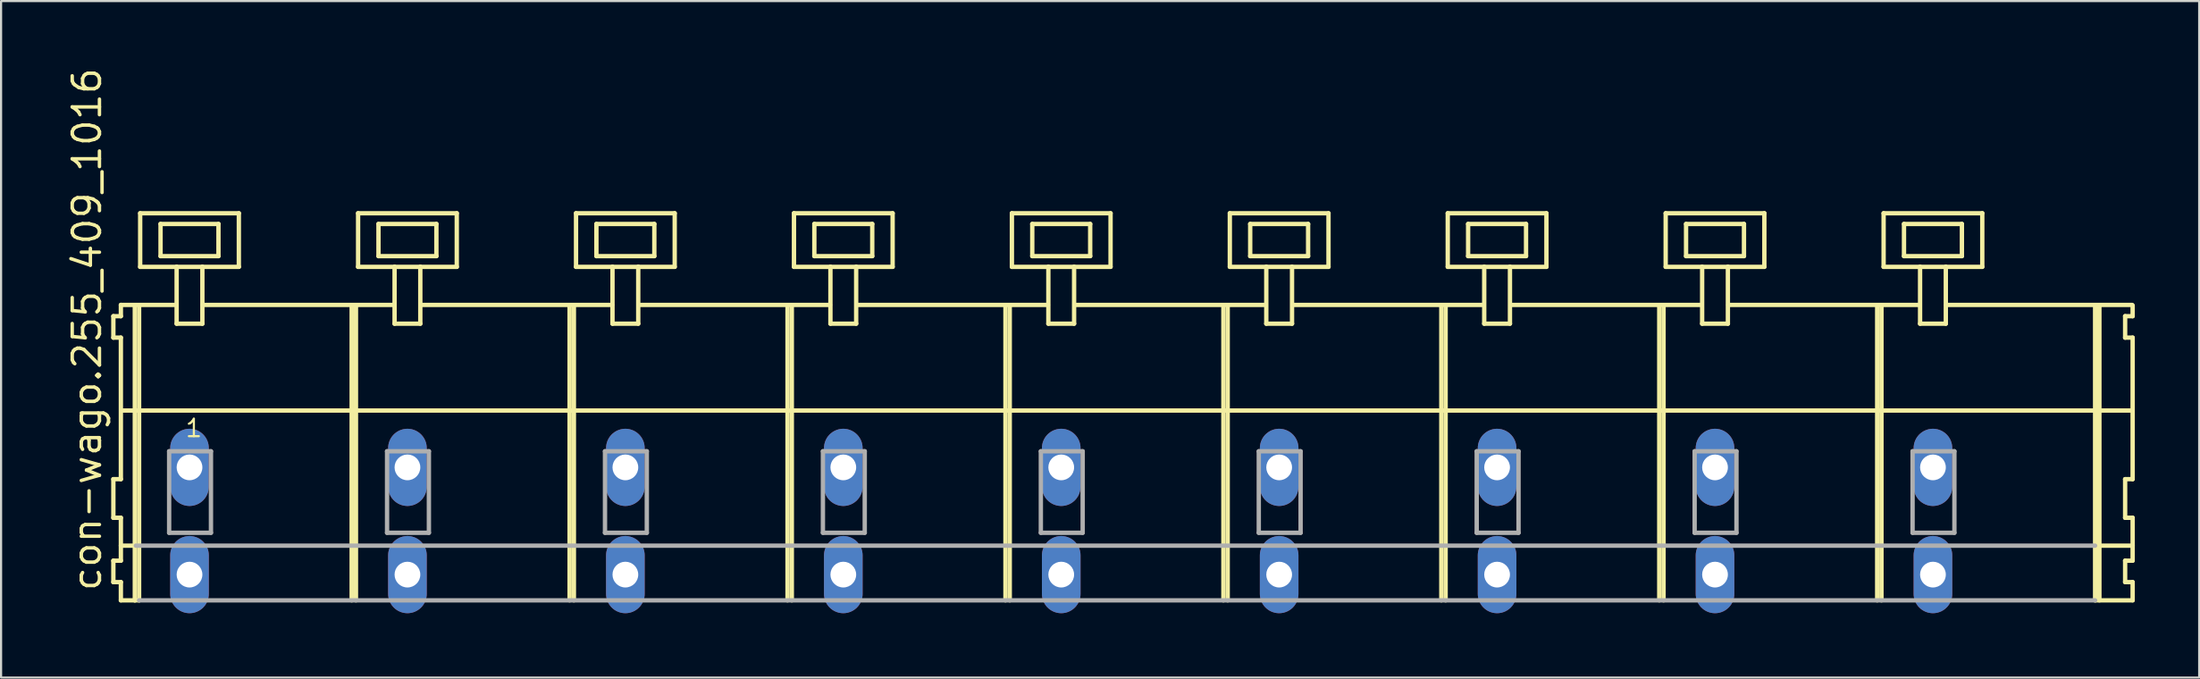
<source format=kicad_pcb>
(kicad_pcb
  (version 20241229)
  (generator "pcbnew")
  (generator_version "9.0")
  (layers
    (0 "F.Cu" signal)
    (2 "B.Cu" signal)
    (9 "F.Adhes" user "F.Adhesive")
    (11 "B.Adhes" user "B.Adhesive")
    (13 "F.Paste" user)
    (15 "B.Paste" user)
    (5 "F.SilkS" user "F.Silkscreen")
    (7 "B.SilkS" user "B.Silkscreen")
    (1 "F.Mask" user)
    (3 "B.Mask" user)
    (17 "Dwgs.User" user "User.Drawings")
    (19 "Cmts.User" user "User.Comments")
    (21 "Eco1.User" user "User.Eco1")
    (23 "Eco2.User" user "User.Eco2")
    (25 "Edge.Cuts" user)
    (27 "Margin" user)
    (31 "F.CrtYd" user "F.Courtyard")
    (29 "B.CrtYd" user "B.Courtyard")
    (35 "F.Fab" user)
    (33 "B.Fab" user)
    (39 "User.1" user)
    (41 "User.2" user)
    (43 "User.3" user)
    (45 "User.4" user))
  (footprint "con-wago.255_409_1016"
    (layer "F.Cu")
    (at 43.885 18.743)
    (property "Reference" "con-wago.255_409_1016" (at -42.135 5.855 90) (layer "F.SilkS") (effects (font (size 1.27 1.27) (thickness 0.16)) (justify left bottom)))
    (attr through_hole)
    (fp_line (start -41.65 -7.05) (end -41.65 -6.05) (stroke (width 0.203) (type default)) (layer "F.SilkS"))
    (fp_line (start -41.65 -6.05) (end -41.3 -6.05) (stroke (width 0.203) (type default)) (layer "F.SilkS"))
    (fp_line (start -41.65 0.55) (end -41.65 2.35) (stroke (width 0.203) (type default)) (layer "F.SilkS"))
    (fp_line (start -41.65 2.35) (end -41.3 2.35) (stroke (width 0.203) (type default)) (layer "F.SilkS"))
    (fp_line (start -41.65 4.35) (end -41.65 5.35) (stroke (width 0.203) (type default)) (layer "F.SilkS"))
    (fp_line (start -41.65 5.35) (end -41.3 5.35) (stroke (width 0.203) (type default)) (layer "F.SilkS"))
    (fp_line (start -41.3 -7.575) (end -41.3 -7.05) (stroke (width 0.203) (type default)) (layer "F.SilkS"))
    (fp_line (start -41.3 -7.575) (end -38.725 -7.575) (stroke (width 0.203) (type default)) (layer "F.SilkS"))
    (fp_line (start -41.3 -7.05) (end -41.65 -7.05) (stroke (width 0.203) (type default)) (layer "F.SilkS"))
    (fp_line (start -41.3 -6.05) (end -41.3 0.55) (stroke (width 0.203) (type default)) (layer "F.SilkS"))
    (fp_line (start -41.3 0.55) (end -41.65 0.55) (stroke (width 0.203) (type default)) (layer "F.SilkS"))
    (fp_line (start -41.3 2.35) (end -41.3 4.35) (stroke (width 0.203) (type default)) (layer "F.SilkS"))
    (fp_line (start -41.3 3.65) (end -40.6 3.65) (stroke (width 0.203) (type default)) (layer "F.SilkS"))
    (fp_line (start -41.3 4.35) (end -41.65 4.35) (stroke (width 0.203) (type default)) (layer "F.SilkS"))
    (fp_line (start -41.3 5.35) (end -41.3 6.2) (stroke (width 0.203) (type default)) (layer "F.SilkS"))
    (fp_line (start -41.3 6.2) (end -40.65 6.2) (stroke (width 0.203) (type default)) (layer "F.SilkS"))
    (fp_line (start -41.25 -2.65) (end 52.44 -2.65) (stroke (width 0.203) (type default)) (layer "F.SilkS"))
    (fp_line (start -40.65 -7.55) (end -40.65 6.2) (stroke (width 0.203) (type default)) (layer "F.SilkS"))
    (fp_line (start -40.65 6.2) (end -40.45 6.2) (stroke (width 0.203) (type default)) (layer "F.SilkS"))
    (fp_line (start -40.45 -7.55) (end -40.45 6.2) (stroke (width 0.203) (type default)) (layer "F.SilkS"))
    (fp_line (start -40.4 -11.85) (end -40.4 -9.35) (stroke (width 0.203) (type default)) (layer "F.SilkS"))
    (fp_line (start -40.4 -9.35) (end -38.7 -9.35) (stroke (width 0.203) (type default)) (layer "F.SilkS"))
    (fp_line (start -39.45 -11.35) (end -39.45 -9.85) (stroke (width 0.203) (type default)) (layer "F.SilkS"))
    (fp_line (start -39.45 -9.85) (end -36.75 -9.85) (stroke (width 0.203) (type default)) (layer "F.SilkS"))
    (fp_line (start -38.7 -9.35) (end -38.7 -6.7) (stroke (width 0.203) (type default)) (layer "F.SilkS"))
    (fp_line (start -38.7 -9.35) (end -37.5 -9.35) (stroke (width 0.203) (type default)) (layer "F.SilkS"))
    (fp_line (start -38.7 -6.7) (end -37.5 -6.7) (stroke (width 0.203) (type default)) (layer "F.SilkS"))
    (fp_line (start -37.5 -9.35) (end -35.8 -9.35) (stroke (width 0.203) (type default)) (layer "F.SilkS"))
    (fp_line (start -37.5 -6.7) (end -37.5 -9.35) (stroke (width 0.203) (type default)) (layer "F.SilkS"))
    (fp_line (start -37.475 -7.575) (end -28.561 -7.575) (stroke (width 0.203) (type default)) (layer "F.SilkS"))
    (fp_line (start -36.75 -11.35) (end -39.45 -11.35) (stroke (width 0.203) (type default)) (layer "F.SilkS"))
    (fp_line (start -36.75 -9.85) (end -36.75 -11.35) (stroke (width 0.203) (type default)) (layer "F.SilkS"))
    (fp_line (start -35.8 -11.85) (end -40.4 -11.85) (stroke (width 0.203) (type default)) (layer "F.SilkS"))
    (fp_line (start -35.8 -9.35) (end -35.8 -11.85) (stroke (width 0.203) (type default)) (layer "F.SilkS"))
    (fp_line (start -30.54 -7.55) (end -30.54 6.2) (stroke (width 0.203) (type default)) (layer "F.SilkS"))
    (fp_line (start -30.34 -7.55) (end -30.34 6.2) (stroke (width 0.203) (type default)) (layer "F.SilkS"))
    (fp_line (start -30.24 -11.85) (end -30.24 -9.35) (stroke (width 0.203) (type default)) (layer "F.SilkS"))
    (fp_line (start -30.24 -9.35) (end -28.54 -9.35) (stroke (width 0.203) (type default)) (layer "F.SilkS"))
    (fp_line (start -29.29 -11.35) (end -29.29 -9.85) (stroke (width 0.203) (type default)) (layer "F.SilkS"))
    (fp_line (start -29.29 -9.85) (end -26.59 -9.85) (stroke (width 0.203) (type default)) (layer "F.SilkS"))
    (fp_line (start -28.54 -9.35) (end -28.54 -6.7) (stroke (width 0.203) (type default)) (layer "F.SilkS"))
    (fp_line (start -28.54 -9.35) (end -27.34 -9.35) (stroke (width 0.203) (type default)) (layer "F.SilkS"))
    (fp_line (start -28.54 -6.7) (end -27.34 -6.7) (stroke (width 0.203) (type default)) (layer "F.SilkS"))
    (fp_line (start -27.34 -9.35) (end -25.64 -9.35) (stroke (width 0.203) (type default)) (layer "F.SilkS"))
    (fp_line (start -27.34 -6.7) (end -27.34 -9.35) (stroke (width 0.203) (type default)) (layer "F.SilkS"))
    (fp_line (start -27.315 -7.575) (end -18.401 -7.575) (stroke (width 0.203) (type default)) (layer "F.SilkS"))
    (fp_line (start -26.59 -11.35) (end -29.29 -11.35) (stroke (width 0.203) (type default)) (layer "F.SilkS"))
    (fp_line (start -26.59 -9.85) (end -26.59 -11.35) (stroke (width 0.203) (type default)) (layer "F.SilkS"))
    (fp_line (start -25.64 -11.85) (end -30.24 -11.85) (stroke (width 0.203) (type default)) (layer "F.SilkS"))
    (fp_line (start -25.64 -9.35) (end -25.64 -11.85) (stroke (width 0.203) (type default)) (layer "F.SilkS"))
    (fp_line (start -20.38 -7.55) (end -20.38 6.2) (stroke (width 0.203) (type default)) (layer "F.SilkS"))
    (fp_line (start -20.18 -7.55) (end -20.18 6.2) (stroke (width 0.203) (type default)) (layer "F.SilkS"))
    (fp_line (start -20.08 -11.85) (end -20.08 -9.35) (stroke (width 0.203) (type default)) (layer "F.SilkS"))
    (fp_line (start -20.08 -9.35) (end -18.38 -9.35) (stroke (width 0.203) (type default)) (layer "F.SilkS"))
    (fp_line (start -19.13 -11.35) (end -19.13 -9.85) (stroke (width 0.203) (type default)) (layer "F.SilkS"))
    (fp_line (start -19.13 -9.85) (end -16.43 -9.85) (stroke (width 0.203) (type default)) (layer "F.SilkS"))
    (fp_line (start -18.38 -9.35) (end -18.38 -6.7) (stroke (width 0.203) (type default)) (layer "F.SilkS"))
    (fp_line (start -18.38 -9.35) (end -17.18 -9.35) (stroke (width 0.203) (type default)) (layer "F.SilkS"))
    (fp_line (start -18.38 -6.7) (end -17.18 -6.7) (stroke (width 0.203) (type default)) (layer "F.SilkS"))
    (fp_line (start -17.18 -9.35) (end -15.48 -9.35) (stroke (width 0.203) (type default)) (layer "F.SilkS"))
    (fp_line (start -17.18 -6.7) (end -17.18 -9.35) (stroke (width 0.203) (type default)) (layer "F.SilkS"))
    (fp_line (start -17.155 -7.575) (end -8.241 -7.575) (stroke (width 0.203) (type default)) (layer "F.SilkS"))
    (fp_line (start -16.43 -11.35) (end -19.13 -11.35) (stroke (width 0.203) (type default)) (layer "F.SilkS"))
    (fp_line (start -16.43 -9.85) (end -16.43 -11.35) (stroke (width 0.203) (type default)) (layer "F.SilkS"))
    (fp_line (start -15.48 -11.85) (end -20.08 -11.85) (stroke (width 0.203) (type default)) (layer "F.SilkS"))
    (fp_line (start -15.48 -9.35) (end -15.48 -11.85) (stroke (width 0.203) (type default)) (layer "F.SilkS"))
    (fp_line (start -10.22 -7.55) (end -10.22 6.2) (stroke (width 0.203) (type default)) (layer "F.SilkS"))
    (fp_line (start -10.02 -7.55) (end -10.02 6.2) (stroke (width 0.203) (type default)) (layer "F.SilkS"))
    (fp_line (start -9.92 -11.85) (end -9.92 -9.35) (stroke (width 0.203) (type default)) (layer "F.SilkS"))
    (fp_line (start -9.92 -9.35) (end -8.22 -9.35) (stroke (width 0.203) (type default)) (layer "F.SilkS"))
    (fp_line (start -8.97 -11.35) (end -8.97 -9.85) (stroke (width 0.203) (type default)) (layer "F.SilkS"))
    (fp_line (start -8.97 -9.85) (end -6.27 -9.85) (stroke (width 0.203) (type default)) (layer "F.SilkS"))
    (fp_line (start -8.22 -9.35) (end -8.22 -6.7) (stroke (width 0.203) (type default)) (layer "F.SilkS"))
    (fp_line (start -8.22 -9.35) (end -7.02 -9.35) (stroke (width 0.203) (type default)) (layer "F.SilkS"))
    (fp_line (start -8.22 -6.7) (end -7.02 -6.7) (stroke (width 0.203) (type default)) (layer "F.SilkS"))
    (fp_line (start -7.02 -9.35) (end -5.32 -9.35) (stroke (width 0.203) (type default)) (layer "F.SilkS"))
    (fp_line (start -7.02 -6.7) (end -7.02 -9.35) (stroke (width 0.203) (type default)) (layer "F.SilkS"))
    (fp_line (start -6.995 -7.575) (end 1.919 -7.575) (stroke (width 0.203) (type default)) (layer "F.SilkS"))
    (fp_line (start -6.27 -11.35) (end -8.97 -11.35) (stroke (width 0.203) (type default)) (layer "F.SilkS"))
    (fp_line (start -6.27 -9.85) (end -6.27 -11.35) (stroke (width 0.203) (type default)) (layer "F.SilkS"))
    (fp_line (start -5.32 -11.85) (end -9.92 -11.85) (stroke (width 0.203) (type default)) (layer "F.SilkS"))
    (fp_line (start -5.32 -9.35) (end -5.32 -11.85) (stroke (width 0.203) (type default)) (layer "F.SilkS"))
    (fp_line (start -0.06 -7.55) (end -0.06 6.2) (stroke (width 0.203) (type default)) (layer "F.SilkS"))
    (fp_line (start 0.14 -7.55) (end 0.14 6.2) (stroke (width 0.203) (type default)) (layer "F.SilkS"))
    (fp_line (start 0.24 -11.85) (end 0.24 -9.35) (stroke (width 0.203) (type default)) (layer "F.SilkS"))
    (fp_line (start 0.24 -9.35) (end 1.94 -9.35) (stroke (width 0.203) (type default)) (layer "F.SilkS"))
    (fp_line (start 1.19 -11.35) (end 1.19 -9.85) (stroke (width 0.203) (type default)) (layer "F.SilkS"))
    (fp_line (start 1.19 -9.85) (end 3.89 -9.85) (stroke (width 0.203) (type default)) (layer "F.SilkS"))
    (fp_line (start 1.94 -9.35) (end 1.94 -6.7) (stroke (width 0.203) (type default)) (layer "F.SilkS"))
    (fp_line (start 1.94 -9.35) (end 3.14 -9.35) (stroke (width 0.203) (type default)) (layer "F.SilkS"))
    (fp_line (start 1.94 -6.7) (end 3.14 -6.7) (stroke (width 0.203) (type default)) (layer "F.SilkS"))
    (fp_line (start 3.14 -9.35) (end 4.84 -9.35) (stroke (width 0.203) (type default)) (layer "F.SilkS"))
    (fp_line (start 3.14 -6.7) (end 3.14 -9.35) (stroke (width 0.203) (type default)) (layer "F.SilkS"))
    (fp_line (start 3.165 -7.575) (end 12.079 -7.575) (stroke (width 0.203) (type default)) (layer "F.SilkS"))
    (fp_line (start 3.89 -11.35) (end 1.19 -11.35) (stroke (width 0.203) (type default)) (layer "F.SilkS"))
    (fp_line (start 3.89 -9.85) (end 3.89 -11.35) (stroke (width 0.203) (type default)) (layer "F.SilkS"))
    (fp_line (start 4.84 -11.85) (end 0.24 -11.85) (stroke (width 0.203) (type default)) (layer "F.SilkS"))
    (fp_line (start 4.84 -9.35) (end 4.84 -11.85) (stroke (width 0.203) (type default)) (layer "F.SilkS"))
    (fp_line (start 10.1 -7.55) (end 10.1 6.2) (stroke (width 0.203) (type default)) (layer "F.SilkS"))
    (fp_line (start 10.3 -7.55) (end 10.3 6.2) (stroke (width 0.203) (type default)) (layer "F.SilkS"))
    (fp_line (start 10.4 -11.85) (end 10.4 -9.35) (stroke (width 0.203) (type default)) (layer "F.SilkS"))
    (fp_line (start 10.4 -9.35) (end 12.1 -9.35) (stroke (width 0.203) (type default)) (layer "F.SilkS"))
    (fp_line (start 11.35 -11.35) (end 11.35 -9.85) (stroke (width 0.203) (type default)) (layer "F.SilkS"))
    (fp_line (start 11.35 -9.85) (end 14.05 -9.85) (stroke (width 0.203) (type default)) (layer "F.SilkS"))
    (fp_line (start 12.1 -9.35) (end 12.1 -6.7) (stroke (width 0.203) (type default)) (layer "F.SilkS"))
    (fp_line (start 12.1 -9.35) (end 13.3 -9.35) (stroke (width 0.203) (type default)) (layer "F.SilkS"))
    (fp_line (start 12.1 -6.7) (end 13.3 -6.7) (stroke (width 0.203) (type default)) (layer "F.SilkS"))
    (fp_line (start 13.3 -9.35) (end 15 -9.35) (stroke (width 0.203) (type default)) (layer "F.SilkS"))
    (fp_line (start 13.3 -6.7) (end 13.3 -9.35) (stroke (width 0.203) (type default)) (layer "F.SilkS"))
    (fp_line (start 13.325 -7.575) (end 22.239 -7.575) (stroke (width 0.203) (type default)) (layer "F.SilkS"))
    (fp_line (start 14.05 -11.35) (end 11.35 -11.35) (stroke (width 0.203) (type default)) (layer "F.SilkS"))
    (fp_line (start 14.05 -9.85) (end 14.05 -11.35) (stroke (width 0.203) (type default)) (layer "F.SilkS"))
    (fp_line (start 15 -11.85) (end 10.4 -11.85) (stroke (width 0.203) (type default)) (layer "F.SilkS"))
    (fp_line (start 15 -9.35) (end 15 -11.85) (stroke (width 0.203) (type default)) (layer "F.SilkS"))
    (fp_line (start 20.26 -7.55) (end 20.26 6.2) (stroke (width 0.203) (type default)) (layer "F.SilkS"))
    (fp_line (start 20.46 -7.55) (end 20.46 6.2) (stroke (width 0.203) (type default)) (layer "F.SilkS"))
    (fp_line (start 20.56 -11.85) (end 20.56 -9.35) (stroke (width 0.203) (type default)) (layer "F.SilkS"))
    (fp_line (start 20.56 -9.35) (end 22.26 -9.35) (stroke (width 0.203) (type default)) (layer "F.SilkS"))
    (fp_line (start 21.51 -11.35) (end 21.51 -9.85) (stroke (width 0.203) (type default)) (layer "F.SilkS"))
    (fp_line (start 21.51 -9.85) (end 24.21 -9.85) (stroke (width 0.203) (type default)) (layer "F.SilkS"))
    (fp_line (start 22.26 -9.35) (end 22.26 -6.7) (stroke (width 0.203) (type default)) (layer "F.SilkS"))
    (fp_line (start 22.26 -9.35) (end 23.46 -9.35) (stroke (width 0.203) (type default)) (layer "F.SilkS"))
    (fp_line (start 22.26 -6.7) (end 23.46 -6.7) (stroke (width 0.203) (type default)) (layer "F.SilkS"))
    (fp_line (start 23.46 -9.35) (end 25.16 -9.35) (stroke (width 0.203) (type default)) (layer "F.SilkS"))
    (fp_line (start 23.46 -6.7) (end 23.46 -9.35) (stroke (width 0.203) (type default)) (layer "F.SilkS"))
    (fp_line (start 23.485 -7.575) (end 32.399 -7.575) (stroke (width 0.203) (type default)) (layer "F.SilkS"))
    (fp_line (start 24.21 -11.35) (end 21.51 -11.35) (stroke (width 0.203) (type default)) (layer "F.SilkS"))
    (fp_line (start 24.21 -9.85) (end 24.21 -11.35) (stroke (width 0.203) (type default)) (layer "F.SilkS"))
    (fp_line (start 25.16 -11.85) (end 20.56 -11.85) (stroke (width 0.203) (type default)) (layer "F.SilkS"))
    (fp_line (start 25.16 -9.35) (end 25.16 -11.85) (stroke (width 0.203) (type default)) (layer "F.SilkS"))
    (fp_line (start 30.42 -7.55) (end 30.42 6.2) (stroke (width 0.203) (type default)) (layer "F.SilkS"))
    (fp_line (start 30.62 -7.55) (end 30.62 6.2) (stroke (width 0.203) (type default)) (layer "F.SilkS"))
    (fp_line (start 30.72 -11.85) (end 30.72 -9.35) (stroke (width 0.203) (type default)) (layer "F.SilkS"))
    (fp_line (start 30.72 -9.35) (end 32.42 -9.35) (stroke (width 0.203) (type default)) (layer "F.SilkS"))
    (fp_line (start 31.67 -11.35) (end 31.67 -9.85) (stroke (width 0.203) (type default)) (layer "F.SilkS"))
    (fp_line (start 31.67 -9.85) (end 34.37 -9.85) (stroke (width 0.203) (type default)) (layer "F.SilkS"))
    (fp_line (start 32.42 -9.35) (end 32.42 -6.7) (stroke (width 0.203) (type default)) (layer "F.SilkS"))
    (fp_line (start 32.42 -9.35) (end 33.62 -9.35) (stroke (width 0.203) (type default)) (layer "F.SilkS"))
    (fp_line (start 32.42 -6.7) (end 33.62 -6.7) (stroke (width 0.203) (type default)) (layer "F.SilkS"))
    (fp_line (start 33.62 -9.35) (end 35.32 -9.35) (stroke (width 0.203) (type default)) (layer "F.SilkS"))
    (fp_line (start 33.62 -6.7) (end 33.62 -9.35) (stroke (width 0.203) (type default)) (layer "F.SilkS"))
    (fp_line (start 33.645 -7.575) (end 42.559 -7.575) (stroke (width 0.203) (type default)) (layer "F.SilkS"))
    (fp_line (start 34.37 -11.35) (end 31.67 -11.35) (stroke (width 0.203) (type default)) (layer "F.SilkS"))
    (fp_line (start 34.37 -9.85) (end 34.37 -11.35) (stroke (width 0.203) (type default)) (layer "F.SilkS"))
    (fp_line (start 35.32 -11.85) (end 30.72 -11.85) (stroke (width 0.203) (type default)) (layer "F.SilkS"))
    (fp_line (start 35.32 -9.35) (end 35.32 -11.85) (stroke (width 0.203) (type default)) (layer "F.SilkS"))
    (fp_line (start 40.58 -7.55) (end 40.58 6.2) (stroke (width 0.203) (type default)) (layer "F.SilkS"))
    (fp_line (start 40.78 -7.55) (end 40.78 6.2) (stroke (width 0.203) (type default)) (layer "F.SilkS"))
    (fp_line (start 40.88 -11.85) (end 40.88 -9.35) (stroke (width 0.203) (type default)) (layer "F.SilkS"))
    (fp_line (start 40.88 -9.35) (end 42.58 -9.35) (stroke (width 0.203) (type default)) (layer "F.SilkS"))
    (fp_line (start 41.83 -11.35) (end 41.83 -9.85) (stroke (width 0.203) (type default)) (layer "F.SilkS"))
    (fp_line (start 41.83 -9.85) (end 44.53 -9.85) (stroke (width 0.203) (type default)) (layer "F.SilkS"))
    (fp_line (start 42.58 -9.35) (end 42.58 -6.7) (stroke (width 0.203) (type default)) (layer "F.SilkS"))
    (fp_line (start 42.58 -9.35) (end 43.78 -9.35) (stroke (width 0.203) (type default)) (layer "F.SilkS"))
    (fp_line (start 42.58 -6.7) (end 43.78 -6.7) (stroke (width 0.203) (type default)) (layer "F.SilkS"))
    (fp_line (start 43.78 -9.35) (end 45.48 -9.35) (stroke (width 0.203) (type default)) (layer "F.SilkS"))
    (fp_line (start 43.78 -6.7) (end 43.78 -9.35) (stroke (width 0.203) (type default)) (layer "F.SilkS"))
    (fp_line (start 43.805 -7.575) (end 52.465 -7.575) (stroke (width 0.203) (type default)) (layer "F.SilkS"))
    (fp_line (start 44.53 -11.35) (end 41.83 -11.35) (stroke (width 0.203) (type default)) (layer "F.SilkS"))
    (fp_line (start 44.53 -9.85) (end 44.53 -11.35) (stroke (width 0.203) (type default)) (layer "F.SilkS"))
    (fp_line (start 45.48 -11.85) (end 40.88 -11.85) (stroke (width 0.203) (type default)) (layer "F.SilkS"))
    (fp_line (start 45.48 -9.35) (end 45.48 -11.85) (stroke (width 0.203) (type default)) (layer "F.SilkS"))
    (fp_line (start 50.74 -7.55) (end 50.74 6.2) (stroke (width 0.203) (type default)) (layer "F.SilkS"))
    (fp_line (start 50.74 6.2) (end 52.49 6.2) (stroke (width 0.203) (type default)) (layer "F.SilkS"))
    (fp_line (start 50.79 3.65) (end 52.49 3.65) (stroke (width 0.203) (type default)) (layer "F.SilkS"))
    (fp_line (start 50.94 -7.55) (end 50.94 6.2) (stroke (width 0.203) (type default)) (layer "F.SilkS"))
    (fp_line (start 52.14 -7.05) (end 52.14 -6.05) (stroke (width 0.203) (type default)) (layer "F.SilkS"))
    (fp_line (start 52.14 -6.05) (end 52.49 -6.05) (stroke (width 0.203) (type default)) (layer "F.SilkS"))
    (fp_line (start 52.14 0.55) (end 52.14 2.35) (stroke (width 0.203) (type default)) (layer "F.SilkS"))
    (fp_line (start 52.14 2.35) (end 52.49 2.35) (stroke (width 0.203) (type default)) (layer "F.SilkS"))
    (fp_line (start 52.14 4.35) (end 52.14 5.35) (stroke (width 0.203) (type default)) (layer "F.SilkS"))
    (fp_line (start 52.14 5.35) (end 52.49 5.35) (stroke (width 0.203) (type default)) (layer "F.SilkS"))
    (fp_line (start 52.49 -7.05) (end 52.14 -7.05) (stroke (width 0.203) (type default)) (layer "F.SilkS"))
    (fp_line (start 52.49 -7.05) (end 52.49 -7.55) (stroke (width 0.203) (type default)) (layer "F.SilkS"))
    (fp_line (start 52.49 0.55) (end 52.14 0.55) (stroke (width 0.203) (type default)) (layer "F.SilkS"))
    (fp_line (start 52.49 0.55) (end 52.49 -6.05) (stroke (width 0.203) (type default)) (layer "F.SilkS"))
    (fp_line (start 52.49 3.65) (end 52.49 2.35) (stroke (width 0.203) (type default)) (layer "F.SilkS"))
    (fp_line (start 52.49 4.35) (end 52.14 4.35) (stroke (width 0.203) (type default)) (layer "F.SilkS"))
    (fp_line (start 52.49 4.35) (end 52.49 3.65) (stroke (width 0.203) (type default)) (layer "F.SilkS"))
    (fp_line (start 52.49 6.2) (end 52.49 5.35) (stroke (width 0.203) (type default)) (layer "F.SilkS"))
    (fp_line (start -40.6 3.65) (end 50.74 3.65) (stroke (width 0.203) (type default)) (layer "F.Fab"))
    (fp_line (start -40.45 6.2) (end 50.74 6.2) (stroke (width 0.203) (type default)) (layer "F.Fab"))
    (fp_line (start -39.05 -0.75) (end -39.05 3.05) (stroke (width 0.203) (type default)) (layer "F.Fab"))
    (fp_line (start -39.05 3.05) (end -37.1 3.05) (stroke (width 0.203) (type default)) (layer "F.Fab"))
    (fp_line (start -37.1 -0.75) (end -39.05 -0.75) (stroke (width 0.203) (type default)) (layer "F.Fab"))
    (fp_line (start -37.1 3.05) (end -37.1 -0.75) (stroke (width 0.203) (type default)) (layer "F.Fab"))
    (fp_line (start -28.89 -0.75) (end -28.89 3.05) (stroke (width 0.203) (type default)) (layer "F.Fab"))
    (fp_line (start -28.89 3.05) (end -26.94 3.05) (stroke (width 0.203) (type default)) (layer "F.Fab"))
    (fp_line (start -26.94 -0.75) (end -28.89 -0.75) (stroke (width 0.203) (type default)) (layer "F.Fab"))
    (fp_line (start -26.94 3.05) (end -26.94 -0.75) (stroke (width 0.203) (type default)) (layer "F.Fab"))
    (fp_line (start -18.73 -0.75) (end -18.73 3.05) (stroke (width 0.203) (type default)) (layer "F.Fab"))
    (fp_line (start -18.73 3.05) (end -16.78 3.05) (stroke (width 0.203) (type default)) (layer "F.Fab"))
    (fp_line (start -16.78 -0.75) (end -18.73 -0.75) (stroke (width 0.203) (type default)) (layer "F.Fab"))
    (fp_line (start -16.78 3.05) (end -16.78 -0.75) (stroke (width 0.203) (type default)) (layer "F.Fab"))
    (fp_line (start -8.57 -0.75) (end -8.57 3.05) (stroke (width 0.203) (type default)) (layer "F.Fab"))
    (fp_line (start -8.57 3.05) (end -6.62 3.05) (stroke (width 0.203) (type default)) (layer "F.Fab"))
    (fp_line (start -6.62 -0.75) (end -8.57 -0.75) (stroke (width 0.203) (type default)) (layer "F.Fab"))
    (fp_line (start -6.62 3.05) (end -6.62 -0.75) (stroke (width 0.203) (type default)) (layer "F.Fab"))
    (fp_line (start 1.59 -0.75) (end 1.59 3.05) (stroke (width 0.203) (type default)) (layer "F.Fab"))
    (fp_line (start 1.59 3.05) (end 3.54 3.05) (stroke (width 0.203) (type default)) (layer "F.Fab"))
    (fp_line (start 3.54 -0.75) (end 1.59 -0.75) (stroke (width 0.203) (type default)) (layer "F.Fab"))
    (fp_line (start 3.54 3.05) (end 3.54 -0.75) (stroke (width 0.203) (type default)) (layer "F.Fab"))
    (fp_line (start 11.75 -0.75) (end 11.75 3.05) (stroke (width 0.203) (type default)) (layer "F.Fab"))
    (fp_line (start 11.75 3.05) (end 13.7 3.05) (stroke (width 0.203) (type default)) (layer "F.Fab"))
    (fp_line (start 13.7 -0.75) (end 11.75 -0.75) (stroke (width 0.203) (type default)) (layer "F.Fab"))
    (fp_line (start 13.7 3.05) (end 13.7 -0.75) (stroke (width 0.203) (type default)) (layer "F.Fab"))
    (fp_line (start 21.91 -0.75) (end 21.91 3.05) (stroke (width 0.203) (type default)) (layer "F.Fab"))
    (fp_line (start 21.91 3.05) (end 23.86 3.05) (stroke (width 0.203) (type default)) (layer "F.Fab"))
    (fp_line (start 23.86 -0.75) (end 21.91 -0.75) (stroke (width 0.203) (type default)) (layer "F.Fab"))
    (fp_line (start 23.86 3.05) (end 23.86 -0.75) (stroke (width 0.203) (type default)) (layer "F.Fab"))
    (fp_line (start 32.07 -0.75) (end 32.07 3.05) (stroke (width 0.203) (type default)) (layer "F.Fab"))
    (fp_line (start 32.07 3.05) (end 34.02 3.05) (stroke (width 0.203) (type default)) (layer "F.Fab"))
    (fp_line (start 34.02 -0.75) (end 32.07 -0.75) (stroke (width 0.203) (type default)) (layer "F.Fab"))
    (fp_line (start 34.02 3.05) (end 34.02 -0.75) (stroke (width 0.203) (type default)) (layer "F.Fab"))
    (fp_line (start 42.23 -0.75) (end 42.23 3.05) (stroke (width 0.203) (type default)) (layer "F.Fab"))
    (fp_line (start 42.23 3.05) (end 44.18 3.05) (stroke (width 0.203) (type default)) (layer "F.Fab"))
    (fp_line (start 44.18 -0.75) (end 42.23 -0.75) (stroke (width 0.203) (type default)) (layer "F.Fab"))
    (fp_line (start 44.18 3.05) (end 44.18 -0.75) (stroke (width 0.203) (type default)) (layer "F.Fab"))
    (fp_text user "1" (at -38.35 -1.35 0) (layer "F.SilkS") (effects (font (size 0.813 0.813) (thickness 0.1)) (justify left bottom)))
    (pad "A1" thru_hole oval (at -38.1 0 90) (size 3.6 1.8) (drill 1.2) (layers "*.Cu" "*.Mask"))
    (pad "A2" thru_hole oval (at -27.94 0 90) (size 3.6 1.8) (drill 1.2) (layers "*.Cu" "*.Mask"))
    (pad "A3" thru_hole oval (at -17.78 0 90) (size 3.6 1.8) (drill 1.2) (layers "*.Cu" "*.Mask"))
    (pad "A4" thru_hole oval (at -7.62 0 90) (size 3.6 1.8) (drill 1.2) (layers "*.Cu" "*.Mask"))
    (pad "A5" thru_hole oval (at 2.54 0 90) (size 3.6 1.8) (drill 1.2) (layers "*.Cu" "*.Mask"))
    (pad "A6" thru_hole oval (at 12.7 0 90) (size 3.6 1.8) (drill 1.2) (layers "*.Cu" "*.Mask"))
    (pad "A7" thru_hole oval (at 22.86 0 90) (size 3.6 1.8) (drill 1.2) (layers "*.Cu" "*.Mask"))
    (pad "A8" thru_hole oval (at 33.02 0 90) (size 3.6 1.8) (drill 1.2) (layers "*.Cu" "*.Mask"))
    (pad "A9" thru_hole oval (at 43.18 0 90) (size 3.6 1.8) (drill 1.2) (layers "*.Cu" "*.Mask"))
    (pad "B1" thru_hole oval (at -38.1 5 90) (size 3.6 1.8) (drill 1.2) (layers "*.Cu" "*.Mask"))
    (pad "B2" thru_hole oval (at -27.94 5 90) (size 3.6 1.8) (drill 1.2) (layers "*.Cu" "*.Mask"))
    (pad "B3" thru_hole oval (at -17.78 5 90) (size 3.6 1.8) (drill 1.2) (layers "*.Cu" "*.Mask"))
    (pad "B4" thru_hole oval (at -7.62 5 90) (size 3.6 1.8) (drill 1.2) (layers "*.Cu" "*.Mask"))
    (pad "B5" thru_hole oval (at 2.54 5 90) (size 3.6 1.8) (drill 1.2) (layers "*.Cu" "*.Mask"))
    (pad "B6" thru_hole oval (at 12.7 5 90) (size 3.6 1.8) (drill 1.2) (layers "*.Cu" "*.Mask"))
    (pad "B7" thru_hole oval (at 22.86 5 90) (size 3.6 1.8) (drill 1.2) (layers "*.Cu" "*.Mask"))
    (pad "B8" thru_hole oval (at 33.02 5 90) (size 3.6 1.8) (drill 1.2) (layers "*.Cu" "*.Mask"))
    (pad "B9" thru_hole oval (at 43.18 5 90) (size 3.6 1.8) (drill 1.2) (layers "*.Cu" "*.Mask")))
  (gr_rect
    (start -3 -3)
    (end 99.477 28.543)
    (stroke (width 0.1) (type default))
    (fill no)
    (layer "Edge.Cuts")))
</source>
